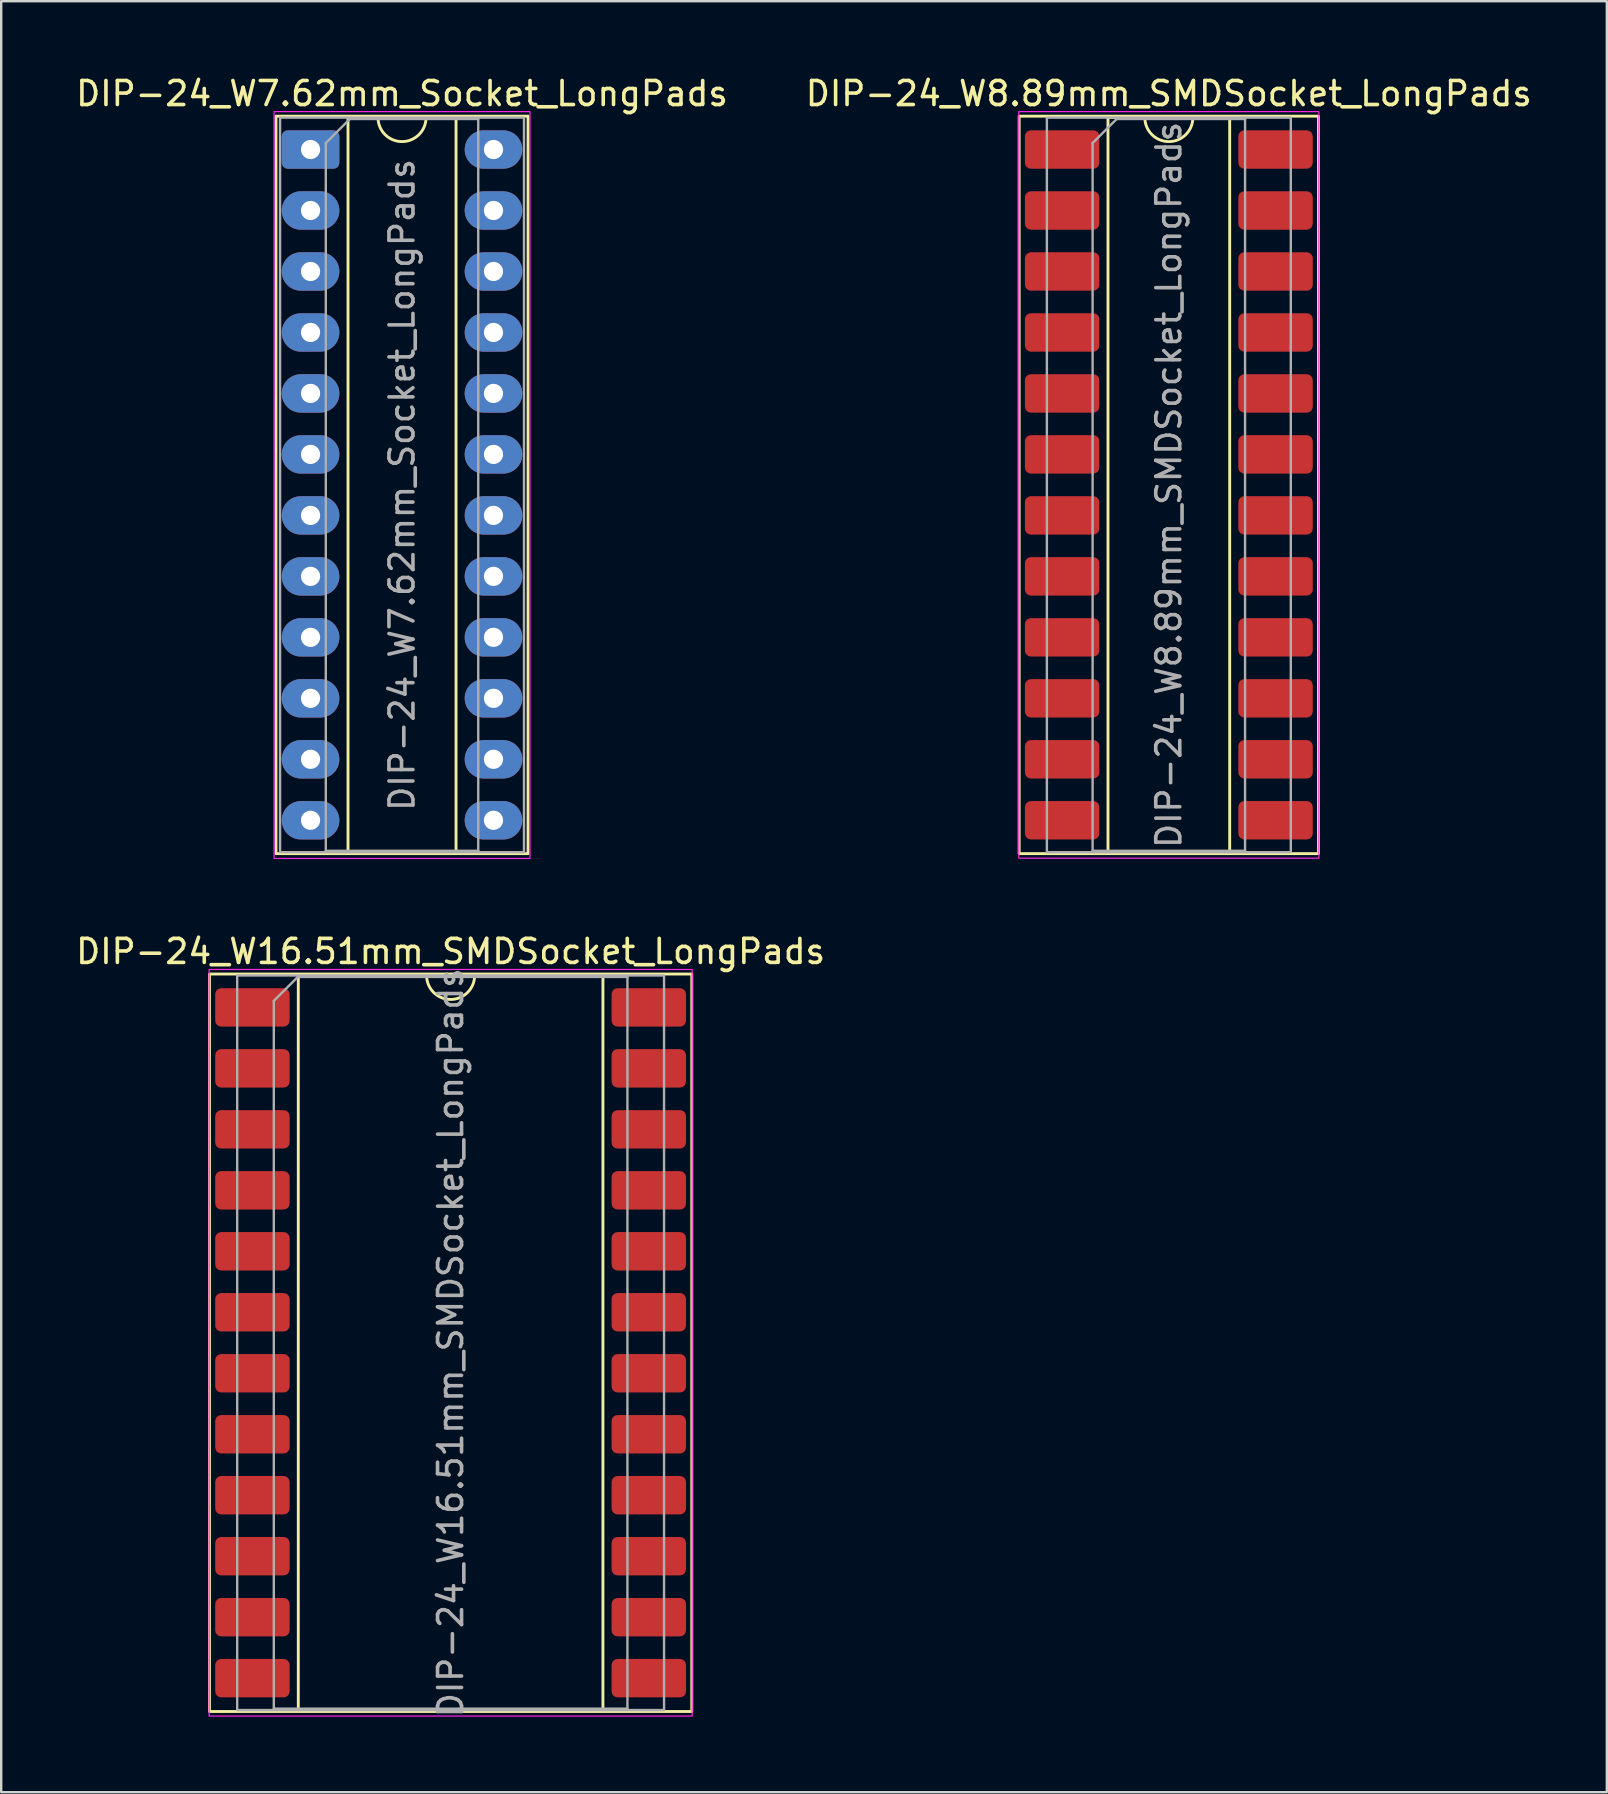
<source format=kicad_pcb>
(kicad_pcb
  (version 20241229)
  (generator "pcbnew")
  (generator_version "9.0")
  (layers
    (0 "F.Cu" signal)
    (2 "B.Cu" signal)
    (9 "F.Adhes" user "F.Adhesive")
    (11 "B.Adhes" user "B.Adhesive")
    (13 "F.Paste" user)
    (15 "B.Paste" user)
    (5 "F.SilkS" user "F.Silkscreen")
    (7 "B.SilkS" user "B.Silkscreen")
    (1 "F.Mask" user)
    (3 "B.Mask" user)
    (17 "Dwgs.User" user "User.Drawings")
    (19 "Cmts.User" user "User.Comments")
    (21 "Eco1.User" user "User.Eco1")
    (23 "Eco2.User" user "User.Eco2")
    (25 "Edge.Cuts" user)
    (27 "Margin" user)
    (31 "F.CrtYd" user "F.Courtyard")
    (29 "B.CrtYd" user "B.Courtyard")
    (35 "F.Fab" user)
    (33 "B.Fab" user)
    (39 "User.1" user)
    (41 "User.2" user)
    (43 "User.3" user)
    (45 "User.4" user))
  (footprint "DIP-24_W16.51mm_SMDSocket_LongPads"
    (layer "F.Cu")
    (at 15.72 52.882)
    (property "Reference" "DIP-24_W16.51mm_SMDSocket_LongPads" (at 0 -16.3 0) (layer "F.SilkS") (effects (font (size 1 1) (thickness 0.15))))
    (attr smd)
    (fp_line (start -6.345 -15.3) (end -6.345 15.3) (stroke (width 0.12) (type solid)) (layer "F.SilkS"))
    (fp_line (start -6.345 15.3) (end 6.345 15.3) (stroke (width 0.12) (type solid)) (layer "F.SilkS"))
    (fp_line (start -1 -15.3) (end -6.345 -15.3) (stroke (width 0.12) (type solid)) (layer "F.SilkS"))
    (fp_line (start 6.345 -15.3) (end 1 -15.3) (stroke (width 0.12) (type solid)) (layer "F.SilkS"))
    (fp_line (start 6.345 15.3) (end 6.345 -15.3) (stroke (width 0.12) (type solid)) (layer "F.SilkS"))
    (fp_rect (start -10.045 -15.36) (end 10.045 15.36) (stroke (width 0.12) (type solid)) (fill no) (layer "F.SilkS"))
    (fp_arc (start 1 -15.3) (mid 0 -14.3) (end -1 -15.3) (stroke (width 0.12) (type solid)) (layer "F.SilkS"))
    (fp_rect (start -10.06 -15.55) (end 10.06 15.55) (stroke (width 0.05) (type solid)) (fill no) (layer "F.CrtYd"))
    (fp_line (start -7.365 -14.24) (end -6.365 -15.24) (stroke (width 0.1) (type solid)) (layer "F.Fab"))
    (fp_line (start -7.365 15.24) (end -7.365 -14.24) (stroke (width 0.1) (type solid)) (layer "F.Fab"))
    (fp_line (start -6.365 -15.24) (end 7.365 -15.24) (stroke (width 0.1) (type solid)) (layer "F.Fab"))
    (fp_line (start 7.365 -15.24) (end 7.365 15.24) (stroke (width 0.1) (type solid)) (layer "F.Fab"))
    (fp_line (start 7.365 15.24) (end -7.365 15.24) (stroke (width 0.1) (type solid)) (layer "F.Fab"))
    (fp_rect (start -8.89 -15.3) (end 8.89 15.3) (stroke (width 0.1) (type solid)) (fill no) (layer "F.Fab"))
    (fp_text user "${REFERENCE}" (at 0 0 90) (layer "F.Fab") (effects (font (size 1 1) (thickness 0.15))))
    (pad "1" smd roundrect (at -8.255 -13.97) (size 3.1 1.6) (layers "F.Cu" "F.Mask" "F.Paste") (roundrect_rratio 0.156))
    (pad "2" smd roundrect (at -8.255 -11.43) (size 3.1 1.6) (layers "F.Cu" "F.Mask" "F.Paste") (roundrect_rratio 0.156))
    (pad "3" smd roundrect (at -8.255 -8.89) (size 3.1 1.6) (layers "F.Cu" "F.Mask" "F.Paste") (roundrect_rratio 0.156))
    (pad "4" smd roundrect (at -8.255 -6.35) (size 3.1 1.6) (layers "F.Cu" "F.Mask" "F.Paste") (roundrect_rratio 0.156))
    (pad "5" smd roundrect (at -8.255 -3.81) (size 3.1 1.6) (layers "F.Cu" "F.Mask" "F.Paste") (roundrect_rratio 0.156))
    (pad "6" smd roundrect (at -8.255 -1.27) (size 3.1 1.6) (layers "F.Cu" "F.Mask" "F.Paste") (roundrect_rratio 0.156))
    (pad "7" smd roundrect (at -8.255 1.27) (size 3.1 1.6) (layers "F.Cu" "F.Mask" "F.Paste") (roundrect_rratio 0.156))
    (pad "8" smd roundrect (at -8.255 3.81) (size 3.1 1.6) (layers "F.Cu" "F.Mask" "F.Paste") (roundrect_rratio 0.156))
    (pad "9" smd roundrect (at -8.255 6.35) (size 3.1 1.6) (layers "F.Cu" "F.Mask" "F.Paste") (roundrect_rratio 0.156))
    (pad "10" smd roundrect (at -8.255 8.89) (size 3.1 1.6) (layers "F.Cu" "F.Mask" "F.Paste") (roundrect_rratio 0.156))
    (pad "11" smd roundrect (at -8.255 11.43) (size 3.1 1.6) (layers "F.Cu" "F.Mask" "F.Paste") (roundrect_rratio 0.156))
    (pad "12" smd roundrect (at -8.255 13.97) (size 3.1 1.6) (layers "F.Cu" "F.Mask" "F.Paste") (roundrect_rratio 0.156))
    (pad "13" smd roundrect (at 8.255 13.97) (size 3.1 1.6) (layers "F.Cu" "F.Mask" "F.Paste") (roundrect_rratio 0.156))
    (pad "14" smd roundrect (at 8.255 11.43) (size 3.1 1.6) (layers "F.Cu" "F.Mask" "F.Paste") (roundrect_rratio 0.156))
    (pad "15" smd roundrect (at 8.255 8.89) (size 3.1 1.6) (layers "F.Cu" "F.Mask" "F.Paste") (roundrect_rratio 0.156))
    (pad "16" smd roundrect (at 8.255 6.35) (size 3.1 1.6) (layers "F.Cu" "F.Mask" "F.Paste") (roundrect_rratio 0.156))
    (pad "17" smd roundrect (at 8.255 3.81) (size 3.1 1.6) (layers "F.Cu" "F.Mask" "F.Paste") (roundrect_rratio 0.156))
    (pad "18" smd roundrect (at 8.255 1.27) (size 3.1 1.6) (layers "F.Cu" "F.Mask" "F.Paste") (roundrect_rratio 0.156))
    (pad "19" smd roundrect (at 8.255 -1.27) (size 3.1 1.6) (layers "F.Cu" "F.Mask" "F.Paste") (roundrect_rratio 0.156))
    (pad "20" smd roundrect (at 8.255 -3.81) (size 3.1 1.6) (layers "F.Cu" "F.Mask" "F.Paste") (roundrect_rratio 0.156))
    (pad "21" smd roundrect (at 8.255 -6.35) (size 3.1 1.6) (layers "F.Cu" "F.Mask" "F.Paste") (roundrect_rratio 0.156))
    (pad "22" smd roundrect (at 8.255 -8.89) (size 3.1 1.6) (layers "F.Cu" "F.Mask" "F.Paste") (roundrect_rratio 0.156))
    (pad "23" smd roundrect (at 8.255 -11.43) (size 3.1 1.6) (layers "F.Cu" "F.Mask" "F.Paste") (roundrect_rratio 0.156))
    (pad "24" smd roundrect (at 8.255 -13.97) (size 3.1 1.6) (layers "F.Cu" "F.Mask" "F.Paste") (roundrect_rratio 0.156)))
  (footprint "DIP-24_W8.89mm_SMDSocket_LongPads"
    (layer "F.Cu")
    (at 45.637 17.148)
    (property "Reference" "DIP-24_W8.89mm_SMDSocket_LongPads" (at 0 -16.3 0) (layer "F.SilkS") (effects (font (size 1 1) (thickness 0.15))))
    (attr smd)
    (fp_line (start -2.535 -15.3) (end -2.535 15.3) (stroke (width 0.12) (type solid)) (layer "F.SilkS"))
    (fp_line (start -2.535 15.3) (end 2.535 15.3) (stroke (width 0.12) (type solid)) (layer "F.SilkS"))
    (fp_line (start -1 -15.3) (end -2.535 -15.3) (stroke (width 0.12) (type solid)) (layer "F.SilkS"))
    (fp_line (start 2.535 -15.3) (end 1 -15.3) (stroke (width 0.12) (type solid)) (layer "F.SilkS"))
    (fp_line (start 2.535 15.3) (end 2.535 -15.3) (stroke (width 0.12) (type solid)) (layer "F.SilkS"))
    (fp_rect (start -6.235 -15.36) (end 6.235 15.36) (stroke (width 0.12) (type solid)) (fill no) (layer "F.SilkS"))
    (fp_arc (start 1 -15.3) (mid 0 -14.3) (end -1 -15.3) (stroke (width 0.12) (type solid)) (layer "F.SilkS"))
    (fp_rect (start -6.25 -15.55) (end 6.25 15.55) (stroke (width 0.05) (type solid)) (fill no) (layer "F.CrtYd"))
    (fp_line (start -3.175 -14.24) (end -2.175 -15.24) (stroke (width 0.1) (type solid)) (layer "F.Fab"))
    (fp_line (start -3.175 15.24) (end -3.175 -14.24) (stroke (width 0.1) (type solid)) (layer "F.Fab"))
    (fp_line (start -2.175 -15.24) (end 3.175 -15.24) (stroke (width 0.1) (type solid)) (layer "F.Fab"))
    (fp_line (start 3.175 -15.24) (end 3.175 15.24) (stroke (width 0.1) (type solid)) (layer "F.Fab"))
    (fp_line (start 3.175 15.24) (end -3.175 15.24) (stroke (width 0.1) (type solid)) (layer "F.Fab"))
    (fp_rect (start -5.08 -15.3) (end 5.08 15.3) (stroke (width 0.1) (type solid)) (fill no) (layer "F.Fab"))
    (fp_text user "${REFERENCE}" (at 0 0 90) (layer "F.Fab") (effects (font (size 1 1) (thickness 0.15))))
    (pad "1" smd roundrect (at -4.445 -13.97) (size 3.1 1.6) (layers "F.Cu" "F.Mask" "F.Paste") (roundrect_rratio 0.156))
    (pad "2" smd roundrect (at -4.445 -11.43) (size 3.1 1.6) (layers "F.Cu" "F.Mask" "F.Paste") (roundrect_rratio 0.156))
    (pad "3" smd roundrect (at -4.445 -8.89) (size 3.1 1.6) (layers "F.Cu" "F.Mask" "F.Paste") (roundrect_rratio 0.156))
    (pad "4" smd roundrect (at -4.445 -6.35) (size 3.1 1.6) (layers "F.Cu" "F.Mask" "F.Paste") (roundrect_rratio 0.156))
    (pad "5" smd roundrect (at -4.445 -3.81) (size 3.1 1.6) (layers "F.Cu" "F.Mask" "F.Paste") (roundrect_rratio 0.156))
    (pad "6" smd roundrect (at -4.445 -1.27) (size 3.1 1.6) (layers "F.Cu" "F.Mask" "F.Paste") (roundrect_rratio 0.156))
    (pad "7" smd roundrect (at -4.445 1.27) (size 3.1 1.6) (layers "F.Cu" "F.Mask" "F.Paste") (roundrect_rratio 0.156))
    (pad "8" smd roundrect (at -4.445 3.81) (size 3.1 1.6) (layers "F.Cu" "F.Mask" "F.Paste") (roundrect_rratio 0.156))
    (pad "9" smd roundrect (at -4.445 6.35) (size 3.1 1.6) (layers "F.Cu" "F.Mask" "F.Paste") (roundrect_rratio 0.156))
    (pad "10" smd roundrect (at -4.445 8.89) (size 3.1 1.6) (layers "F.Cu" "F.Mask" "F.Paste") (roundrect_rratio 0.156))
    (pad "11" smd roundrect (at -4.445 11.43) (size 3.1 1.6) (layers "F.Cu" "F.Mask" "F.Paste") (roundrect_rratio 0.156))
    (pad "12" smd roundrect (at -4.445 13.97) (size 3.1 1.6) (layers "F.Cu" "F.Mask" "F.Paste") (roundrect_rratio 0.156))
    (pad "13" smd roundrect (at 4.445 13.97) (size 3.1 1.6) (layers "F.Cu" "F.Mask" "F.Paste") (roundrect_rratio 0.156))
    (pad "14" smd roundrect (at 4.445 11.43) (size 3.1 1.6) (layers "F.Cu" "F.Mask" "F.Paste") (roundrect_rratio 0.156))
    (pad "15" smd roundrect (at 4.445 8.89) (size 3.1 1.6) (layers "F.Cu" "F.Mask" "F.Paste") (roundrect_rratio 0.156))
    (pad "16" smd roundrect (at 4.445 6.35) (size 3.1 1.6) (layers "F.Cu" "F.Mask" "F.Paste") (roundrect_rratio 0.156))
    (pad "17" smd roundrect (at 4.445 3.81) (size 3.1 1.6) (layers "F.Cu" "F.Mask" "F.Paste") (roundrect_rratio 0.156))
    (pad "18" smd roundrect (at 4.445 1.27) (size 3.1 1.6) (layers "F.Cu" "F.Mask" "F.Paste") (roundrect_rratio 0.156))
    (pad "19" smd roundrect (at 4.445 -1.27) (size 3.1 1.6) (layers "F.Cu" "F.Mask" "F.Paste") (roundrect_rratio 0.156))
    (pad "20" smd roundrect (at 4.445 -3.81) (size 3.1 1.6) (layers "F.Cu" "F.Mask" "F.Paste") (roundrect_rratio 0.156))
    (pad "21" smd roundrect (at 4.445 -6.35) (size 3.1 1.6) (layers "F.Cu" "F.Mask" "F.Paste") (roundrect_rratio 0.156))
    (pad "22" smd roundrect (at 4.445 -8.89) (size 3.1 1.6) (layers "F.Cu" "F.Mask" "F.Paste") (roundrect_rratio 0.156))
    (pad "23" smd roundrect (at 4.445 -11.43) (size 3.1 1.6) (layers "F.Cu" "F.Mask" "F.Paste") (roundrect_rratio 0.156))
    (pad "24" smd roundrect (at 4.445 -13.97) (size 3.1 1.6) (layers "F.Cu" "F.Mask" "F.Paste") (roundrect_rratio 0.156)))
  (footprint "DIP-24_W7.62mm_Socket_LongPads"
    (layer "F.Cu")
    (at 9.886 3.178)
    (property "Reference" "DIP-24_W7.62mm_Socket_LongPads" (at 3.81 -2.33 0) (layer "F.SilkS") (effects (font (size 1 1) (thickness 0.15))))
    (attr through_hole)
    (fp_line (start 1.56 -1.33) (end 1.56 29.27) (stroke (width 0.12) (type solid)) (layer "F.SilkS"))
    (fp_line (start 1.56 29.27) (end 6.06 29.27) (stroke (width 0.12) (type solid)) (layer "F.SilkS"))
    (fp_line (start 2.81 -1.33) (end 1.56 -1.33) (stroke (width 0.12) (type solid)) (layer "F.SilkS"))
    (fp_line (start 6.06 -1.33) (end 4.81 -1.33) (stroke (width 0.12) (type solid)) (layer "F.SilkS"))
    (fp_line (start 6.06 29.27) (end 6.06 -1.33) (stroke (width 0.12) (type solid)) (layer "F.SilkS"))
    (fp_rect (start -1.44 -1.39) (end 9.06 29.33) (stroke (width 0.12) (type solid)) (fill no) (layer "F.SilkS"))
    (fp_arc (start 4.81 -1.33) (mid 3.81 -0.33) (end 2.81 -1.33) (stroke (width 0.12) (type solid)) (layer "F.SilkS"))
    (fp_rect (start -1.52 -1.58) (end 9.14 29.53) (stroke (width 0.05) (type solid)) (fill no) (layer "F.CrtYd"))
    (fp_line (start 0.635 -0.27) (end 1.635 -1.27) (stroke (width 0.1) (type solid)) (layer "F.Fab"))
    (fp_line (start 0.635 29.21) (end 0.635 -0.27) (stroke (width 0.1) (type solid)) (layer "F.Fab"))
    (fp_line (start 1.635 -1.27) (end 6.985 -1.27) (stroke (width 0.1) (type solid)) (layer "F.Fab"))
    (fp_line (start 6.985 -1.27) (end 6.985 29.21) (stroke (width 0.1) (type solid)) (layer "F.Fab"))
    (fp_line (start 6.985 29.21) (end 0.635 29.21) (stroke (width 0.1) (type solid)) (layer "F.Fab"))
    (fp_rect (start -1.27 -1.33) (end 8.89 29.27) (stroke (width 0.1) (type solid)) (fill no) (layer "F.Fab"))
    (fp_text user "${REFERENCE}" (at 3.81 13.97 90) (layer "F.Fab") (effects (font (size 1 1) (thickness 0.15))))
    (pad "1" thru_hole roundrect (at 0 0) (size 2.4 1.6) (drill 0.8) (layers "*.Cu" "*.Mask") (roundrect_rratio 0.156))
    (pad "2" thru_hole oval (at 0 2.54) (size 2.4 1.6) (drill 0.8) (layers "*.Cu" "*.Mask"))
    (pad "3" thru_hole oval (at 0 5.08) (size 2.4 1.6) (drill 0.8) (layers "*.Cu" "*.Mask"))
    (pad "4" thru_hole oval (at 0 7.62) (size 2.4 1.6) (drill 0.8) (layers "*.Cu" "*.Mask"))
    (pad "5" thru_hole oval (at 0 10.16) (size 2.4 1.6) (drill 0.8) (layers "*.Cu" "*.Mask"))
    (pad "6" thru_hole oval (at 0 12.7) (size 2.4 1.6) (drill 0.8) (layers "*.Cu" "*.Mask"))
    (pad "7" thru_hole oval (at 0 15.24) (size 2.4 1.6) (drill 0.8) (layers "*.Cu" "*.Mask"))
    (pad "8" thru_hole oval (at 0 17.78) (size 2.4 1.6) (drill 0.8) (layers "*.Cu" "*.Mask"))
    (pad "9" thru_hole oval (at 0 20.32) (size 2.4 1.6) (drill 0.8) (layers "*.Cu" "*.Mask"))
    (pad "10" thru_hole oval (at 0 22.86) (size 2.4 1.6) (drill 0.8) (layers "*.Cu" "*.Mask"))
    (pad "11" thru_hole oval (at 0 25.4) (size 2.4 1.6) (drill 0.8) (layers "*.Cu" "*.Mask"))
    (pad "12" thru_hole oval (at 0 27.94) (size 2.4 1.6) (drill 0.8) (layers "*.Cu" "*.Mask"))
    (pad "13" thru_hole oval (at 7.62 27.94) (size 2.4 1.6) (drill 0.8) (layers "*.Cu" "*.Mask"))
    (pad "14" thru_hole oval (at 7.62 25.4) (size 2.4 1.6) (drill 0.8) (layers "*.Cu" "*.Mask"))
    (pad "15" thru_hole oval (at 7.62 22.86) (size 2.4 1.6) (drill 0.8) (layers "*.Cu" "*.Mask"))
    (pad "16" thru_hole oval (at 7.62 20.32) (size 2.4 1.6) (drill 0.8) (layers "*.Cu" "*.Mask"))
    (pad "17" thru_hole oval (at 7.62 17.78) (size 2.4 1.6) (drill 0.8) (layers "*.Cu" "*.Mask"))
    (pad "18" thru_hole oval (at 7.62 15.24) (size 2.4 1.6) (drill 0.8) (layers "*.Cu" "*.Mask"))
    (pad "19" thru_hole oval (at 7.62 12.7) (size 2.4 1.6) (drill 0.8) (layers "*.Cu" "*.Mask"))
    (pad "20" thru_hole oval (at 7.62 10.16) (size 2.4 1.6) (drill 0.8) (layers "*.Cu" "*.Mask"))
    (pad "21" thru_hole oval (at 7.62 7.62) (size 2.4 1.6) (drill 0.8) (layers "*.Cu" "*.Mask"))
    (pad "22" thru_hole oval (at 7.62 5.08) (size 2.4 1.6) (drill 0.8) (layers "*.Cu" "*.Mask"))
    (pad "23" thru_hole oval (at 7.62 2.54) (size 2.4 1.6) (drill 0.8) (layers "*.Cu" "*.Mask"))
    (pad "24" thru_hole oval (at 7.62 0) (size 2.4 1.6) (drill 0.8) (layers "*.Cu" "*.Mask")))
  (gr_rect
    (start -3 -3)
    (end 63.881 71.602)
    (stroke (width 0.1) (type default))
    (fill no)
    (layer "Edge.Cuts")))
</source>
